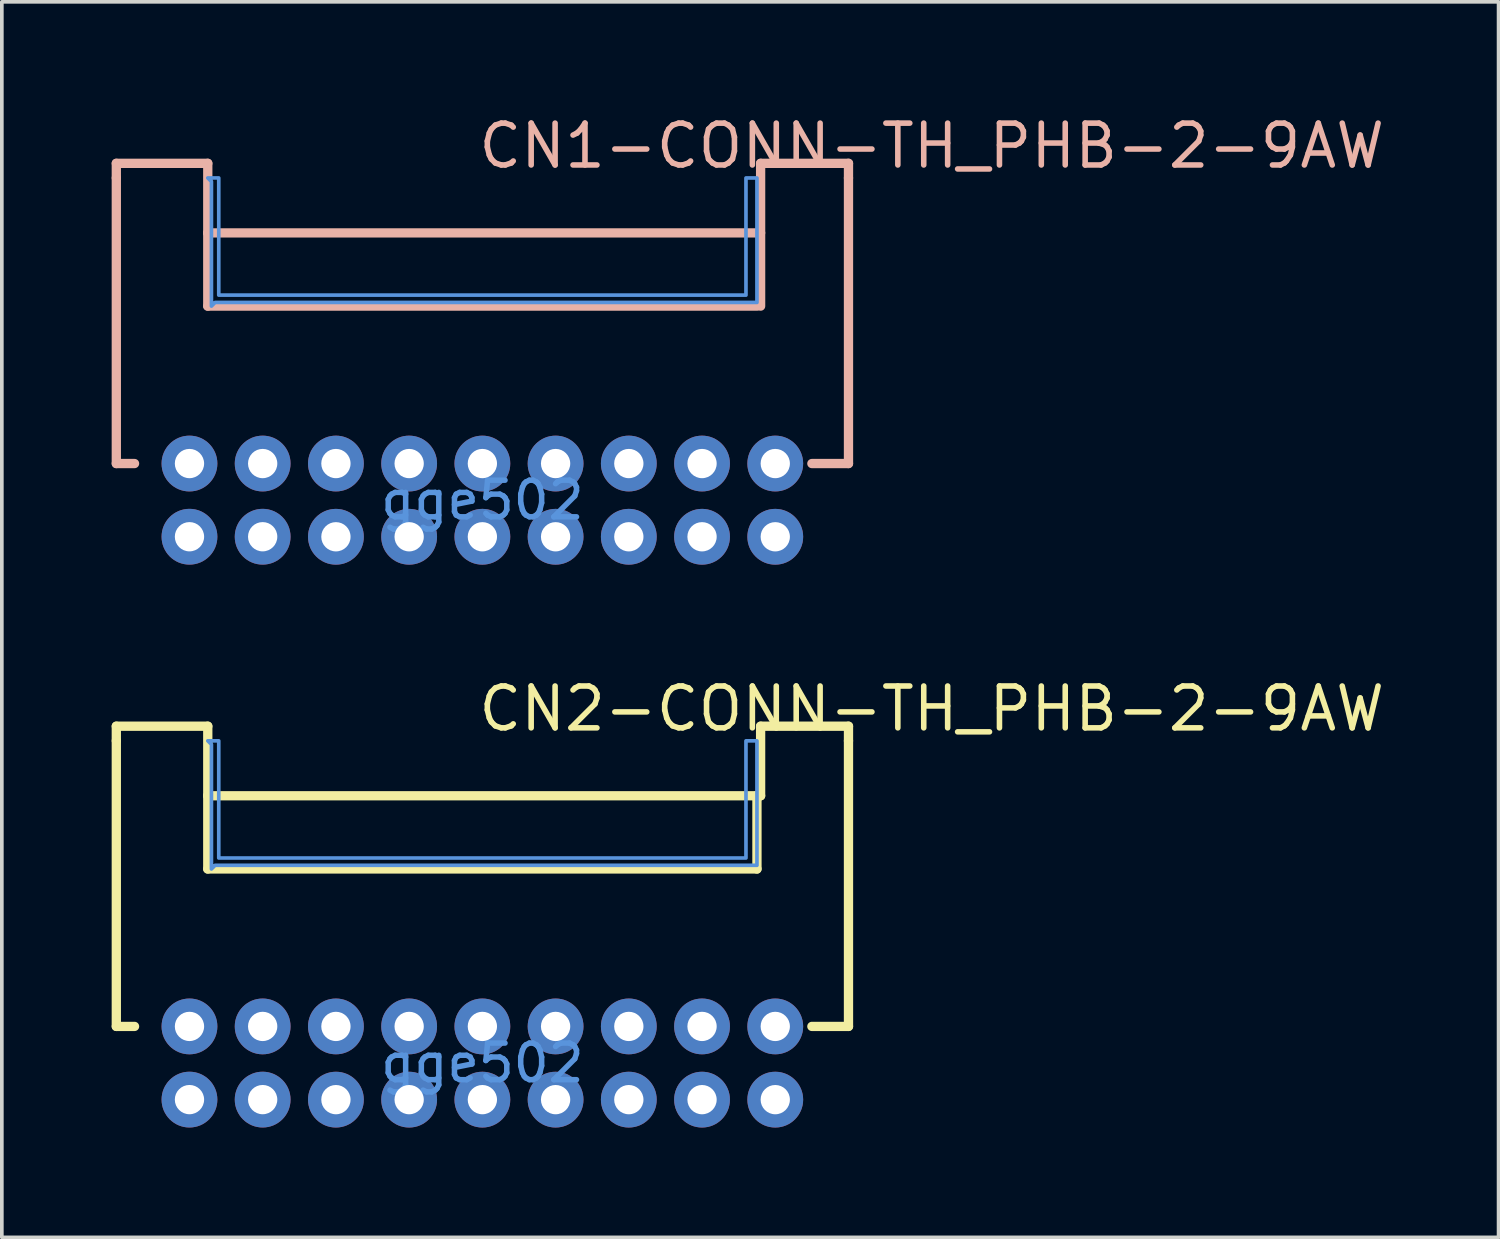
<source format=kicad_pcb>
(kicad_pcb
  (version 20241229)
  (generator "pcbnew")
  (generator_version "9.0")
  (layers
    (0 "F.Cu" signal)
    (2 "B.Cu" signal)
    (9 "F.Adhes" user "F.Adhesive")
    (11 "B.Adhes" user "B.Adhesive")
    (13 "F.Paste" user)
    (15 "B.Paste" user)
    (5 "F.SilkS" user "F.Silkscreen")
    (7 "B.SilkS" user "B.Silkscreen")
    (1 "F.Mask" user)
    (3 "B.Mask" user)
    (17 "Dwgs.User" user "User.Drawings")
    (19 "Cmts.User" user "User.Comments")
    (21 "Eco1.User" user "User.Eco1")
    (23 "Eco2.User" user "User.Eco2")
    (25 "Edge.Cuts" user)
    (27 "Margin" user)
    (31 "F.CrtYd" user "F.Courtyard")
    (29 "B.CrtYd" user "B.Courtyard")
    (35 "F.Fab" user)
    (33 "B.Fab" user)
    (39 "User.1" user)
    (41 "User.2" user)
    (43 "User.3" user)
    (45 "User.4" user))
  (footprint "CN2-CONN-TH_PHB-2-9AW"
    (layer "F.Cu")
    (at 10.125 25.985)
    (property "Reference" "CN2-CONN-TH_PHB-2-9AW" (at -0.182 -9.676 0) (layer "F.SilkS") (effects (font (size 1.143 1.143) (thickness 0.152)) (justify left)))
    (attr through_hole)
    (fp_line (start -9.998 -9.2) (end -7.5 -9.2) (stroke (width 0.254) (type solid)) (layer "F.SilkS"))
    (fp_line (start -9.998 -8.801) (end -9.998 -9.2) (stroke (width 0.254) (type solid)) (layer "F.SilkS"))
    (fp_line (start -9.998 -8.801) (end -9.998 -1) (stroke (width 0.254) (type solid)) (layer "F.SilkS"))
    (fp_line (start -9.998 -1) (end -9.5 -1) (stroke (width 0.254) (type solid)) (layer "F.SilkS"))
    (fp_line (start -7.5 -9.2) (end -7.5 -7.3) (stroke (width 0.254) (type solid)) (layer "F.SilkS"))
    (fp_line (start -7.5 -5.3) (end -7.5 -7.3) (stroke (width 0.254) (type solid)) (layer "F.SilkS"))
    (fp_line (start -7.499 -7.3) (end 7.499 -7.3) (stroke (width 0.254) (type solid)) (layer "F.SilkS"))
    (fp_line (start 7.5 -7.3) (end 7.5 -5.3) (stroke (width 0.254) (type solid)) (layer "F.SilkS"))
    (fp_line (start 7.5 -7.3) (end 7.6 -7.3) (stroke (width 0.254) (type solid)) (layer "F.SilkS"))
    (fp_line (start 7.5 -5.3) (end -7.5 -5.3) (stroke (width 0.254) (type solid)) (layer "F.SilkS"))
    (fp_line (start 7.6 -9.2) (end 10 -9.2) (stroke (width 0.254) (type solid)) (layer "F.SilkS"))
    (fp_line (start 7.6 -7.3) (end 7.6 -9.2) (stroke (width 0.254) (type solid)) (layer "F.SilkS"))
    (fp_line (start 10 -9.2) (end 10 -8.8) (stroke (width 0.254) (type solid)) (layer "F.SilkS"))
    (fp_line (start 10 -8.8) (end 10 -1) (stroke (width 0.254) (type solid)) (layer "F.SilkS"))
    (fp_line (start 10 -1) (end 9 -1) (stroke (width 0.254) (type solid)) (layer "F.SilkS"))
    (fp_poly (pts (xy 7.5 -8.8) (xy 7.5 -5.4) (xy -7.3 -5.4) (xy -7.4 -5.3) (xy -7.4 -8.702) (xy -7.499 -8.801) (xy -7.201 -8.801) (xy -7.2 -8.8) (xy -7.2 -5.6) (xy 7.2 -5.6) (xy 7.2 -8.8)) (stroke (width 0.1) (type solid)) (fill no) (layer "Cmts.User"))
    (fp_text user "gge502" (at 0 0 0) (layer "Cmts.User") (effects (font (size 1 1) (thickness 0.15))))
    (pad "1" thru_hole circle (at -8 0.999) (size 1.524 1.524) (drill 0.8) (layers "*.Cu" "*.Paste" "*.Mask"))
    (pad "2" thru_hole circle (at -8 -1) (size 1.524 1.524) (drill 0.8) (layers "*.Cu" "*.Paste" "*.Mask"))
    (pad "3" thru_hole circle (at -6.001 0.999) (size 1.524 1.524) (drill 0.8) (layers "*.Cu" "*.Paste" "*.Mask"))
    (pad "4" thru_hole circle (at -6.001 -1) (size 1.524 1.524) (drill 0.8) (layers "*.Cu" "*.Paste" "*.Mask"))
    (pad "5" thru_hole circle (at -4 1) (size 1.524 1.524) (drill 0.8) (layers "*.Cu" "*.Paste" "*.Mask"))
    (pad "6" thru_hole circle (at -4 -1) (size 1.524 1.524) (drill 0.8) (layers "*.Cu" "*.Paste" "*.Mask"))
    (pad "7" thru_hole circle (at -2 1) (size 1.524 1.524) (drill 0.8) (layers "*.Cu" "*.Paste" "*.Mask"))
    (pad "8" thru_hole circle (at -2 -1) (size 1.524 1.524) (drill 0.8) (layers "*.Cu" "*.Paste" "*.Mask"))
    (pad "9" thru_hole circle (at 0 1) (size 1.524 1.524) (drill 0.8) (layers "*.Cu" "*.Paste" "*.Mask"))
    (pad "10" thru_hole circle (at 0 -1) (size 1.524 1.524) (drill 0.8) (layers "*.Cu" "*.Paste" "*.Mask"))
    (pad "11" thru_hole circle (at 2 1) (size 1.524 1.524) (drill 0.8) (layers "*.Cu" "*.Paste" "*.Mask"))
    (pad "12" thru_hole circle (at 2 -1) (size 1.524 1.524) (drill 0.8) (layers "*.Cu" "*.Paste" "*.Mask"))
    (pad "13" thru_hole circle (at 4 1) (size 1.524 1.524) (drill 0.8) (layers "*.Cu" "*.Paste" "*.Mask"))
    (pad "14" thru_hole circle (at 4 -1) (size 1.524 1.524) (drill 0.8) (layers "*.Cu" "*.Paste" "*.Mask"))
    (pad "15" thru_hole circle (at 6 1) (size 1.524 1.524) (drill 0.8) (layers "*.Cu" "*.Paste" "*.Mask"))
    (pad "16" thru_hole circle (at 6 -1) (size 1.524 1.524) (drill 0.8) (layers "*.Cu" "*.Paste" "*.Mask"))
    (pad "17" thru_hole circle (at 8 1) (size 1.524 1.524) (drill 0.8) (layers "*.Cu" "*.Paste" "*.Mask"))
    (pad "18" thru_hole circle (at 8 -1) (size 1.524 1.524) (drill 0.8) (layers "*.Cu" "*.Paste" "*.Mask")))
  (footprint "CN1-CONN-TH_PHB-2-9AW"
    (layer "F.Cu")
    (at 10.125 10.611)
    (property "Reference" "CN1-CONN-TH_PHB-2-9AW" (at -0.182 -9.676 0) (layer "B.SilkS") (effects (font (size 1.143 1.143) (thickness 0.152)) (justify left)))
    (attr through_hole)
    (fp_line (start -9.998 -9.2) (end -7.5 -9.2) (stroke (width 0.254) (type solid)) (layer "B.SilkS"))
    (fp_line (start -9.998 -8.801) (end -9.998 -9.2) (stroke (width 0.254) (type solid)) (layer "B.SilkS"))
    (fp_line (start -9.998 -8.801) (end -9.998 -1) (stroke (width 0.254) (type solid)) (layer "B.SilkS"))
    (fp_line (start -9.998 -1) (end -9.5 -1) (stroke (width 0.254) (type solid)) (layer "B.SilkS"))
    (fp_line (start -7.5 -9.2) (end -7.5 -7.3) (stroke (width 0.254) (type solid)) (layer "B.SilkS"))
    (fp_line (start -7.5 -5.3) (end -7.5 -7.3) (stroke (width 0.254) (type solid)) (layer "B.SilkS"))
    (fp_line (start -7.499 -7.3) (end 7.499 -7.3) (stroke (width 0.254) (type solid)) (layer "B.SilkS"))
    (fp_line (start 7.5 -5.3) (end -7.5 -5.3) (stroke (width 0.254) (type solid)) (layer "B.SilkS"))
    (fp_line (start 7.6 -9.2) (end 10 -9.2) (stroke (width 0.254) (type solid)) (layer "B.SilkS"))
    (fp_line (start 7.6 -7.3) (end 7.6 -9.2) (stroke (width 0.254) (type solid)) (layer "B.SilkS"))
    (fp_line (start 7.6 -7.3) (end 7.6 -5.3) (stroke (width 0.254) (type solid)) (layer "B.SilkS"))
    (fp_line (start 10 -9.2) (end 10 -8.8) (stroke (width 0.254) (type solid)) (layer "B.SilkS"))
    (fp_line (start 10 -8.8) (end 10 -1) (stroke (width 0.254) (type solid)) (layer "B.SilkS"))
    (fp_line (start 10 -1) (end 9 -1) (stroke (width 0.254) (type solid)) (layer "B.SilkS"))
    (fp_poly (pts (xy 7.5 -8.8) (xy 7.5 -5.4) (xy -7.3 -5.4) (xy -7.4 -5.3) (xy -7.4 -8.702) (xy -7.499 -8.801) (xy -7.201 -8.801) (xy -7.2 -8.8) (xy -7.2 -5.6) (xy 7.2 -5.6) (xy 7.2 -8.8)) (stroke (width 0.1) (type solid)) (fill no) (layer "Cmts.User"))
    (fp_text user "gge502" (at 0 0 0) (layer "Cmts.User") (effects (font (size 1 1) (thickness 0.15))))
    (pad "1" thru_hole circle (at -8 0.999) (size 1.524 1.524) (drill 0.8) (layers "*.Cu" "*.Paste" "*.Mask"))
    (pad "2" thru_hole circle (at -8 -1) (size 1.524 1.524) (drill 0.8) (layers "*.Cu" "*.Paste" "*.Mask"))
    (pad "3" thru_hole circle (at -6.001 0.999) (size 1.524 1.524) (drill 0.8) (layers "*.Cu" "*.Paste" "*.Mask"))
    (pad "4" thru_hole circle (at -6.001 -1) (size 1.524 1.524) (drill 0.8) (layers "*.Cu" "*.Paste" "*.Mask"))
    (pad "5" thru_hole circle (at -4 1) (size 1.524 1.524) (drill 0.8) (layers "*.Cu" "*.Paste" "*.Mask"))
    (pad "6" thru_hole circle (at -4 -1) (size 1.524 1.524) (drill 0.8) (layers "*.Cu" "*.Paste" "*.Mask"))
    (pad "7" thru_hole circle (at -2 1) (size 1.524 1.524) (drill 0.8) (layers "*.Cu" "*.Paste" "*.Mask"))
    (pad "8" thru_hole circle (at -2 -1) (size 1.524 1.524) (drill 0.8) (layers "*.Cu" "*.Paste" "*.Mask"))
    (pad "9" thru_hole circle (at 0 1) (size 1.524 1.524) (drill 0.8) (layers "*.Cu" "*.Paste" "*.Mask"))
    (pad "10" thru_hole circle (at 0 -1) (size 1.524 1.524) (drill 0.8) (layers "*.Cu" "*.Paste" "*.Mask"))
    (pad "11" thru_hole circle (at 2 1) (size 1.524 1.524) (drill 0.8) (layers "*.Cu" "*.Paste" "*.Mask"))
    (pad "12" thru_hole circle (at 2 -1) (size 1.524 1.524) (drill 0.8) (layers "*.Cu" "*.Paste" "*.Mask"))
    (pad "13" thru_hole circle (at 4 1) (size 1.524 1.524) (drill 0.8) (layers "*.Cu" "*.Paste" "*.Mask"))
    (pad "14" thru_hole circle (at 4 -1) (size 1.524 1.524) (drill 0.8) (layers "*.Cu" "*.Paste" "*.Mask"))
    (pad "15" thru_hole circle (at 6 1) (size 1.524 1.524) (drill 0.8) (layers "*.Cu" "*.Paste" "*.Mask"))
    (pad "16" thru_hole circle (at 6 -1) (size 1.524 1.524) (drill 0.8) (layers "*.Cu" "*.Paste" "*.Mask"))
    (pad "17" thru_hole circle (at 8 1) (size 1.524 1.524) (drill 0.8) (layers "*.Cu" "*.Paste" "*.Mask"))
    (pad "18" thru_hole circle (at 8 -1) (size 1.524 1.524) (drill 0.8) (layers "*.Cu" "*.Paste" "*.Mask")))
  (gr_rect
    (start -3 -3)
    (end 37.881 30.747)
    (stroke (width 0.1) (type default))
    (fill no)
    (layer "Edge.Cuts")))
</source>
